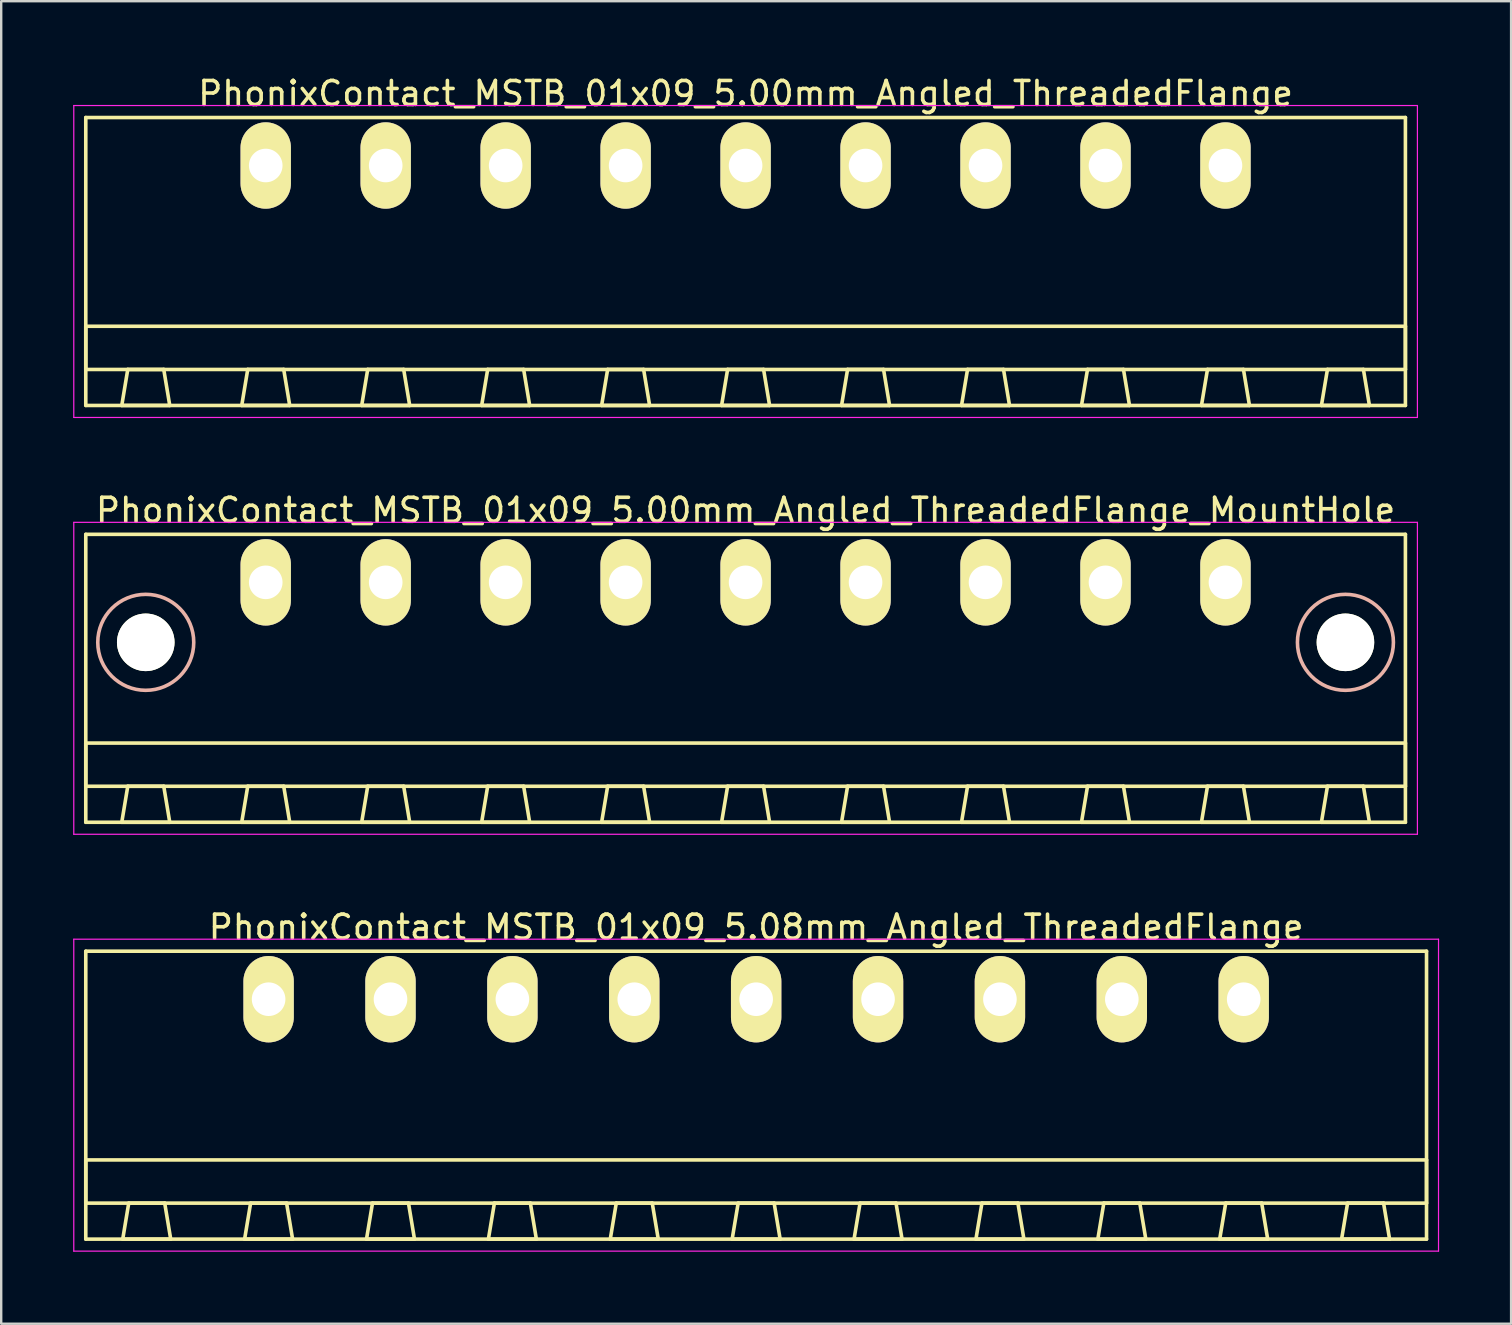
<source format=kicad_pcb>
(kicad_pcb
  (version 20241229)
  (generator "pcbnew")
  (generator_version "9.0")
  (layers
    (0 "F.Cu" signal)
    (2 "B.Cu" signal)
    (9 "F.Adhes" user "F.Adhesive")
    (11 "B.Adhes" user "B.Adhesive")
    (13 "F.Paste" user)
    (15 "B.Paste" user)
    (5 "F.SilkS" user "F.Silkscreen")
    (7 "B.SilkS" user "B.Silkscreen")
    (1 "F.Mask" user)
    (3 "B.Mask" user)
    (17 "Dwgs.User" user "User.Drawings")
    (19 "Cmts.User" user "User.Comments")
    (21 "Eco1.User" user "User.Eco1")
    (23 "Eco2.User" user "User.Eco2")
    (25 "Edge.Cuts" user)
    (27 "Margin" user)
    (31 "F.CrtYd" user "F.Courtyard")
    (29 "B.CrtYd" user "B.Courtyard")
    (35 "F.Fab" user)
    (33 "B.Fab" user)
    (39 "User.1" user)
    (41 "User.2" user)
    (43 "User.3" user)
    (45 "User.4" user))
  (footprint "PhonixContact_MSTB_01x09_5.00mm_Angled_ThreadedFlange_MountHole"
    (layer "F.Cu")
    (at 8.025 21.221)
    (property "Reference" "PhonixContact_MSTB_01x09_5.00mm_Angled_ThreadedFlange_MountHole" (at 20 -3 0) (layer "F.SilkS") (effects (font (size 1 1) (thickness 0.15))))
    (attr through_hole)
    (fp_line (start -7.5 -2) (end -7.5 10) (stroke (width 0.15) (type solid)) (layer "F.SilkS"))
    (fp_line (start -7.5 6.7) (end 47.5 6.7) (stroke (width 0.15) (type solid)) (layer "F.SilkS"))
    (fp_line (start -7.5 8.5) (end -7.5 6.7) (stroke (width 0.15) (type solid)) (layer "F.SilkS"))
    (fp_line (start -7.5 10) (end 47.5 10) (stroke (width 0.15) (type solid)) (layer "F.SilkS"))
    (fp_line (start -6 10) (end -4 10) (stroke (width 0.15) (type solid)) (layer "F.SilkS"))
    (fp_line (start -5.75 8.5) (end -6 10) (stroke (width 0.15) (type solid)) (layer "F.SilkS"))
    (fp_line (start -4.25 8.5) (end -5.75 8.5) (stroke (width 0.15) (type solid)) (layer "F.SilkS"))
    (fp_line (start -4 10) (end -4.25 8.5) (stroke (width 0.15) (type solid)) (layer "F.SilkS"))
    (fp_line (start -1 10) (end 1 10) (stroke (width 0.15) (type solid)) (layer "F.SilkS"))
    (fp_line (start -0.75 8.5) (end -1 10) (stroke (width 0.15) (type solid)) (layer "F.SilkS"))
    (fp_line (start 0.75 8.5) (end -0.75 8.5) (stroke (width 0.15) (type solid)) (layer "F.SilkS"))
    (fp_line (start 1 10) (end 0.75 8.5) (stroke (width 0.15) (type solid)) (layer "F.SilkS"))
    (fp_line (start 4 10) (end 6 10) (stroke (width 0.15) (type solid)) (layer "F.SilkS"))
    (fp_line (start 4.25 8.5) (end 4 10) (stroke (width 0.15) (type solid)) (layer "F.SilkS"))
    (fp_line (start 5.75 8.5) (end 4.25 8.5) (stroke (width 0.15) (type solid)) (layer "F.SilkS"))
    (fp_line (start 6 10) (end 5.75 8.5) (stroke (width 0.15) (type solid)) (layer "F.SilkS"))
    (fp_line (start 9 10) (end 11 10) (stroke (width 0.15) (type solid)) (layer "F.SilkS"))
    (fp_line (start 9.25 8.5) (end 9 10) (stroke (width 0.15) (type solid)) (layer "F.SilkS"))
    (fp_line (start 10.75 8.5) (end 9.25 8.5) (stroke (width 0.15) (type solid)) (layer "F.SilkS"))
    (fp_line (start 11 10) (end 10.75 8.5) (stroke (width 0.15) (type solid)) (layer "F.SilkS"))
    (fp_line (start 14 10) (end 16 10) (stroke (width 0.15) (type solid)) (layer "F.SilkS"))
    (fp_line (start 14.25 8.5) (end 14 10) (stroke (width 0.15) (type solid)) (layer "F.SilkS"))
    (fp_line (start 15.75 8.5) (end 14.25 8.5) (stroke (width 0.15) (type solid)) (layer "F.SilkS"))
    (fp_line (start 16 10) (end 15.75 8.5) (stroke (width 0.15) (type solid)) (layer "F.SilkS"))
    (fp_line (start 19 10) (end 21 10) (stroke (width 0.15) (type solid)) (layer "F.SilkS"))
    (fp_line (start 19.25 8.5) (end 19 10) (stroke (width 0.15) (type solid)) (layer "F.SilkS"))
    (fp_line (start 20.75 8.5) (end 19.25 8.5) (stroke (width 0.15) (type solid)) (layer "F.SilkS"))
    (fp_line (start 21 10) (end 20.75 8.5) (stroke (width 0.15) (type solid)) (layer "F.SilkS"))
    (fp_line (start 24 10) (end 26 10) (stroke (width 0.15) (type solid)) (layer "F.SilkS"))
    (fp_line (start 24.25 8.5) (end 24 10) (stroke (width 0.15) (type solid)) (layer "F.SilkS"))
    (fp_line (start 25.75 8.5) (end 24.25 8.5) (stroke (width 0.15) (type solid)) (layer "F.SilkS"))
    (fp_line (start 26 10) (end 25.75 8.5) (stroke (width 0.15) (type solid)) (layer "F.SilkS"))
    (fp_line (start 29 10) (end 31 10) (stroke (width 0.15) (type solid)) (layer "F.SilkS"))
    (fp_line (start 29.25 8.5) (end 29 10) (stroke (width 0.15) (type solid)) (layer "F.SilkS"))
    (fp_line (start 30.75 8.5) (end 29.25 8.5) (stroke (width 0.15) (type solid)) (layer "F.SilkS"))
    (fp_line (start 31 10) (end 30.75 8.5) (stroke (width 0.15) (type solid)) (layer "F.SilkS"))
    (fp_line (start 34 10) (end 36 10) (stroke (width 0.15) (type solid)) (layer "F.SilkS"))
    (fp_line (start 34.25 8.5) (end 34 10) (stroke (width 0.15) (type solid)) (layer "F.SilkS"))
    (fp_line (start 35.75 8.5) (end 34.25 8.5) (stroke (width 0.15) (type solid)) (layer "F.SilkS"))
    (fp_line (start 36 10) (end 35.75 8.5) (stroke (width 0.15) (type solid)) (layer "F.SilkS"))
    (fp_line (start 39 10) (end 41 10) (stroke (width 0.15) (type solid)) (layer "F.SilkS"))
    (fp_line (start 39.25 8.5) (end 39 10) (stroke (width 0.15) (type solid)) (layer "F.SilkS"))
    (fp_line (start 40.75 8.5) (end 39.25 8.5) (stroke (width 0.15) (type solid)) (layer "F.SilkS"))
    (fp_line (start 41 10) (end 40.75 8.5) (stroke (width 0.15) (type solid)) (layer "F.SilkS"))
    (fp_line (start 44 10) (end 46 10) (stroke (width 0.15) (type solid)) (layer "F.SilkS"))
    (fp_line (start 44.25 8.5) (end 44 10) (stroke (width 0.15) (type solid)) (layer "F.SilkS"))
    (fp_line (start 45.75 8.5) (end 44.25 8.5) (stroke (width 0.15) (type solid)) (layer "F.SilkS"))
    (fp_line (start 46 10) (end 45.75 8.5) (stroke (width 0.15) (type solid)) (layer "F.SilkS"))
    (fp_line (start 47.5 -2) (end -7.5 -2) (stroke (width 0.15) (type solid)) (layer "F.SilkS"))
    (fp_line (start 47.5 6.7) (end 47.5 8.5) (stroke (width 0.15) (type solid)) (layer "F.SilkS"))
    (fp_line (start 47.5 8.5) (end -7.5 8.5) (stroke (width 0.15) (type solid)) (layer "F.SilkS"))
    (fp_line (start 47.5 10) (end 47.5 -2) (stroke (width 0.15) (type solid)) (layer "F.SilkS"))
    (fp_circle (center -5 2.5) (end -3 2.5) (stroke (width 0.15) (type solid)) (fill no) (layer "B.SilkS"))
    (fp_circle (center 45 2.5) (end 47 2.5) (stroke (width 0.15) (type solid)) (fill no) (layer "B.SilkS"))
    (fp_line (start -8 -2.5) (end -8 10.5) (stroke (width 0.05) (type solid)) (layer "F.CrtYd"))
    (fp_line (start -8 10.5) (end 48 10.5) (stroke (width 0.05) (type solid)) (layer "F.CrtYd"))
    (fp_line (start 48 -2.5) (end -8 -2.5) (stroke (width 0.05) (type solid)) (layer "F.CrtYd"))
    (fp_line (start 48 10.5) (end 48 -2.5) (stroke (width 0.05) (type solid)) (layer "F.CrtYd"))
    (pad "" np_thru_hole circle (at -5 2.5) (size 2.4 2.4) (drill 2.4) (layers "*.Cu" "*.Mask" "F.SilkS"))
    (pad "" np_thru_hole circle (at 45 2.5) (size 2.4 2.4) (drill 2.4) (layers "*.Cu" "*.Mask" "F.SilkS"))
    (pad "1" thru_hole oval (at 0 0) (size 2.1 3.6) (drill 1.4) (layers "*.Cu" "*.Mask" "F.SilkS"))
    (pad "2" thru_hole oval (at 5 0) (size 2.1 3.6) (drill 1.4) (layers "*.Cu" "*.Mask" "F.SilkS"))
    (pad "3" thru_hole oval (at 10 0) (size 2.1 3.6) (drill 1.4) (layers "*.Cu" "*.Mask" "F.SilkS"))
    (pad "4" thru_hole oval (at 15 0) (size 2.1 3.6) (drill 1.4) (layers "*.Cu" "*.Mask" "F.SilkS"))
    (pad "5" thru_hole oval (at 20 0) (size 2.1 3.6) (drill 1.4) (layers "*.Cu" "*.Mask" "F.SilkS"))
    (pad "6" thru_hole oval (at 25 0) (size 2.1 3.6) (drill 1.4) (layers "*.Cu" "*.Mask" "F.SilkS"))
    (pad "7" thru_hole oval (at 30 0) (size 2.1 3.6) (drill 1.4) (layers "*.Cu" "*.Mask" "F.SilkS"))
    (pad "8" thru_hole oval (at 35 0) (size 2.1 3.6) (drill 1.4) (layers "*.Cu" "*.Mask" "F.SilkS"))
    (pad "9" thru_hole oval (at 40 0) (size 2.1 3.6) (drill 1.4) (layers "*.Cu" "*.Mask" "F.SilkS")))
  (footprint "PhonixContact_MSTB_01x09_5.08mm_Angled_ThreadedFlange"
    (layer "F.Cu")
    (at 8.145 38.595)
    (property "Reference" "PhonixContact_MSTB_01x09_5.08mm_Angled_ThreadedFlange" (at 20.32 -3 0) (layer "F.SilkS") (effects (font (size 1 1) (thickness 0.15))))
    (attr through_hole)
    (fp_line (start -7.62 -2) (end -7.62 10) (stroke (width 0.15) (type solid)) (layer "F.SilkS"))
    (fp_line (start -7.62 6.7) (end 48.26 6.7) (stroke (width 0.15) (type solid)) (layer "F.SilkS"))
    (fp_line (start -7.62 8.5) (end -7.62 6.7) (stroke (width 0.15) (type solid)) (layer "F.SilkS"))
    (fp_line (start -7.62 10) (end 48.26 10) (stroke (width 0.15) (type solid)) (layer "F.SilkS"))
    (fp_line (start -6.08 10) (end -4.08 10) (stroke (width 0.15) (type solid)) (layer "F.SilkS"))
    (fp_line (start -5.83 8.5) (end -6.08 10) (stroke (width 0.15) (type solid)) (layer "F.SilkS"))
    (fp_line (start -4.33 8.5) (end -5.83 8.5) (stroke (width 0.15) (type solid)) (layer "F.SilkS"))
    (fp_line (start -4.08 10) (end -4.33 8.5) (stroke (width 0.15) (type solid)) (layer "F.SilkS"))
    (fp_line (start -1 10) (end 1 10) (stroke (width 0.15) (type solid)) (layer "F.SilkS"))
    (fp_line (start -0.75 8.5) (end -1 10) (stroke (width 0.15) (type solid)) (layer "F.SilkS"))
    (fp_line (start 0.75 8.5) (end -0.75 8.5) (stroke (width 0.15) (type solid)) (layer "F.SilkS"))
    (fp_line (start 1 10) (end 0.75 8.5) (stroke (width 0.15) (type solid)) (layer "F.SilkS"))
    (fp_line (start 4.08 10) (end 6.08 10) (stroke (width 0.15) (type solid)) (layer "F.SilkS"))
    (fp_line (start 4.33 8.5) (end 4.08 10) (stroke (width 0.15) (type solid)) (layer "F.SilkS"))
    (fp_line (start 5.83 8.5) (end 4.33 8.5) (stroke (width 0.15) (type solid)) (layer "F.SilkS"))
    (fp_line (start 6.08 10) (end 5.83 8.5) (stroke (width 0.15) (type solid)) (layer "F.SilkS"))
    (fp_line (start 9.16 10) (end 11.16 10) (stroke (width 0.15) (type solid)) (layer "F.SilkS"))
    (fp_line (start 9.41 8.5) (end 9.16 10) (stroke (width 0.15) (type solid)) (layer "F.SilkS"))
    (fp_line (start 10.91 8.5) (end 9.41 8.5) (stroke (width 0.15) (type solid)) (layer "F.SilkS"))
    (fp_line (start 11.16 10) (end 10.91 8.5) (stroke (width 0.15) (type solid)) (layer "F.SilkS"))
    (fp_line (start 14.24 10) (end 16.24 10) (stroke (width 0.15) (type solid)) (layer "F.SilkS"))
    (fp_line (start 14.49 8.5) (end 14.24 10) (stroke (width 0.15) (type solid)) (layer "F.SilkS"))
    (fp_line (start 15.99 8.5) (end 14.49 8.5) (stroke (width 0.15) (type solid)) (layer "F.SilkS"))
    (fp_line (start 16.24 10) (end 15.99 8.5) (stroke (width 0.15) (type solid)) (layer "F.SilkS"))
    (fp_line (start 19.32 10) (end 21.32 10) (stroke (width 0.15) (type solid)) (layer "F.SilkS"))
    (fp_line (start 19.57 8.5) (end 19.32 10) (stroke (width 0.15) (type solid)) (layer "F.SilkS"))
    (fp_line (start 21.07 8.5) (end 19.57 8.5) (stroke (width 0.15) (type solid)) (layer "F.SilkS"))
    (fp_line (start 21.32 10) (end 21.07 8.5) (stroke (width 0.15) (type solid)) (layer "F.SilkS"))
    (fp_line (start 24.4 10) (end 26.4 10) (stroke (width 0.15) (type solid)) (layer "F.SilkS"))
    (fp_line (start 24.65 8.5) (end 24.4 10) (stroke (width 0.15) (type solid)) (layer "F.SilkS"))
    (fp_line (start 26.15 8.5) (end 24.65 8.5) (stroke (width 0.15) (type solid)) (layer "F.SilkS"))
    (fp_line (start 26.4 10) (end 26.15 8.5) (stroke (width 0.15) (type solid)) (layer "F.SilkS"))
    (fp_line (start 29.48 10) (end 31.48 10) (stroke (width 0.15) (type solid)) (layer "F.SilkS"))
    (fp_line (start 29.73 8.5) (end 29.48 10) (stroke (width 0.15) (type solid)) (layer "F.SilkS"))
    (fp_line (start 31.23 8.5) (end 29.73 8.5) (stroke (width 0.15) (type solid)) (layer "F.SilkS"))
    (fp_line (start 31.48 10) (end 31.23 8.5) (stroke (width 0.15) (type solid)) (layer "F.SilkS"))
    (fp_line (start 34.56 10) (end 36.56 10) (stroke (width 0.15) (type solid)) (layer "F.SilkS"))
    (fp_line (start 34.81 8.5) (end 34.56 10) (stroke (width 0.15) (type solid)) (layer "F.SilkS"))
    (fp_line (start 36.31 8.5) (end 34.81 8.5) (stroke (width 0.15) (type solid)) (layer "F.SilkS"))
    (fp_line (start 36.56 10) (end 36.31 8.5) (stroke (width 0.15) (type solid)) (layer "F.SilkS"))
    (fp_line (start 39.64 10) (end 41.64 10) (stroke (width 0.15) (type solid)) (layer "F.SilkS"))
    (fp_line (start 39.89 8.5) (end 39.64 10) (stroke (width 0.15) (type solid)) (layer "F.SilkS"))
    (fp_line (start 41.39 8.5) (end 39.89 8.5) (stroke (width 0.15) (type solid)) (layer "F.SilkS"))
    (fp_line (start 41.64 10) (end 41.39 8.5) (stroke (width 0.15) (type solid)) (layer "F.SilkS"))
    (fp_line (start 44.72 10) (end 46.72 10) (stroke (width 0.15) (type solid)) (layer "F.SilkS"))
    (fp_line (start 44.97 8.5) (end 44.72 10) (stroke (width 0.15) (type solid)) (layer "F.SilkS"))
    (fp_line (start 46.47 8.5) (end 44.97 8.5) (stroke (width 0.15) (type solid)) (layer "F.SilkS"))
    (fp_line (start 46.72 10) (end 46.47 8.5) (stroke (width 0.15) (type solid)) (layer "F.SilkS"))
    (fp_line (start 48.26 -2) (end -7.62 -2) (stroke (width 0.15) (type solid)) (layer "F.SilkS"))
    (fp_line (start 48.26 6.7) (end 48.26 8.5) (stroke (width 0.15) (type solid)) (layer "F.SilkS"))
    (fp_line (start 48.26 8.5) (end -7.62 8.5) (stroke (width 0.15) (type solid)) (layer "F.SilkS"))
    (fp_line (start 48.26 10) (end 48.26 -2) (stroke (width 0.15) (type solid)) (layer "F.SilkS"))
    (fp_line (start -8.12 -2.5) (end -8.12 10.5) (stroke (width 0.05) (type solid)) (layer "F.CrtYd"))
    (fp_line (start -8.12 10.5) (end 48.76 10.5) (stroke (width 0.05) (type solid)) (layer "F.CrtYd"))
    (fp_line (start 48.76 -2.5) (end -8.12 -2.5) (stroke (width 0.05) (type solid)) (layer "F.CrtYd"))
    (fp_line (start 48.76 10.5) (end 48.76 -2.5) (stroke (width 0.05) (type solid)) (layer "F.CrtYd"))
    (pad "1" thru_hole oval (at 0 0) (size 2.1 3.6) (drill 1.4) (layers "*.Cu" "*.Mask" "F.SilkS"))
    (pad "2" thru_hole oval (at 5.08 0) (size 2.1 3.6) (drill 1.4) (layers "*.Cu" "*.Mask" "F.SilkS"))
    (pad "3" thru_hole oval (at 10.16 0) (size 2.1 3.6) (drill 1.4) (layers "*.Cu" "*.Mask" "F.SilkS"))
    (pad "4" thru_hole oval (at 15.24 0) (size 2.1 3.6) (drill 1.4) (layers "*.Cu" "*.Mask" "F.SilkS"))
    (pad "5" thru_hole oval (at 20.32 0) (size 2.1 3.6) (drill 1.4) (layers "*.Cu" "*.Mask" "F.SilkS"))
    (pad "6" thru_hole oval (at 25.4 0) (size 2.1 3.6) (drill 1.4) (layers "*.Cu" "*.Mask" "F.SilkS"))
    (pad "7" thru_hole oval (at 30.48 0) (size 2.1 3.6) (drill 1.4) (layers "*.Cu" "*.Mask" "F.SilkS"))
    (pad "8" thru_hole oval (at 35.56 0) (size 2.1 3.6) (drill 1.4) (layers "*.Cu" "*.Mask" "F.SilkS"))
    (pad "9" thru_hole oval (at 40.64 0) (size 2.1 3.6) (drill 1.4) (layers "*.Cu" "*.Mask" "F.SilkS")))
  (footprint "PhonixContact_MSTB_01x09_5.00mm_Angled_ThreadedFlange"
    (layer "F.Cu")
    (at 8.025 3.848)
    (property "Reference" "PhonixContact_MSTB_01x09_5.00mm_Angled_ThreadedFlange" (at 20 -3 0) (layer "F.SilkS") (effects (font (size 1 1) (thickness 0.15))))
    (attr through_hole)
    (fp_line (start -7.5 -2) (end -7.5 10) (stroke (width 0.15) (type solid)) (layer "F.SilkS"))
    (fp_line (start -7.5 6.7) (end 47.5 6.7) (stroke (width 0.15) (type solid)) (layer "F.SilkS"))
    (fp_line (start -7.5 8.5) (end -7.5 6.7) (stroke (width 0.15) (type solid)) (layer "F.SilkS"))
    (fp_line (start -7.5 10) (end 47.5 10) (stroke (width 0.15) (type solid)) (layer "F.SilkS"))
    (fp_line (start -6 10) (end -4 10) (stroke (width 0.15) (type solid)) (layer "F.SilkS"))
    (fp_line (start -5.75 8.5) (end -6 10) (stroke (width 0.15) (type solid)) (layer "F.SilkS"))
    (fp_line (start -4.25 8.5) (end -5.75 8.5) (stroke (width 0.15) (type solid)) (layer "F.SilkS"))
    (fp_line (start -4 10) (end -4.25 8.5) (stroke (width 0.15) (type solid)) (layer "F.SilkS"))
    (fp_line (start -1 10) (end 1 10) (stroke (width 0.15) (type solid)) (layer "F.SilkS"))
    (fp_line (start -0.75 8.5) (end -1 10) (stroke (width 0.15) (type solid)) (layer "F.SilkS"))
    (fp_line (start 0.75 8.5) (end -0.75 8.5) (stroke (width 0.15) (type solid)) (layer "F.SilkS"))
    (fp_line (start 1 10) (end 0.75 8.5) (stroke (width 0.15) (type solid)) (layer "F.SilkS"))
    (fp_line (start 4 10) (end 6 10) (stroke (width 0.15) (type solid)) (layer "F.SilkS"))
    (fp_line (start 4.25 8.5) (end 4 10) (stroke (width 0.15) (type solid)) (layer "F.SilkS"))
    (fp_line (start 5.75 8.5) (end 4.25 8.5) (stroke (width 0.15) (type solid)) (layer "F.SilkS"))
    (fp_line (start 6 10) (end 5.75 8.5) (stroke (width 0.15) (type solid)) (layer "F.SilkS"))
    (fp_line (start 9 10) (end 11 10) (stroke (width 0.15) (type solid)) (layer "F.SilkS"))
    (fp_line (start 9.25 8.5) (end 9 10) (stroke (width 0.15) (type solid)) (layer "F.SilkS"))
    (fp_line (start 10.75 8.5) (end 9.25 8.5) (stroke (width 0.15) (type solid)) (layer "F.SilkS"))
    (fp_line (start 11 10) (end 10.75 8.5) (stroke (width 0.15) (type solid)) (layer "F.SilkS"))
    (fp_line (start 14 10) (end 16 10) (stroke (width 0.15) (type solid)) (layer "F.SilkS"))
    (fp_line (start 14.25 8.5) (end 14 10) (stroke (width 0.15) (type solid)) (layer "F.SilkS"))
    (fp_line (start 15.75 8.5) (end 14.25 8.5) (stroke (width 0.15) (type solid)) (layer "F.SilkS"))
    (fp_line (start 16 10) (end 15.75 8.5) (stroke (width 0.15) (type solid)) (layer "F.SilkS"))
    (fp_line (start 19 10) (end 21 10) (stroke (width 0.15) (type solid)) (layer "F.SilkS"))
    (fp_line (start 19.25 8.5) (end 19 10) (stroke (width 0.15) (type solid)) (layer "F.SilkS"))
    (fp_line (start 20.75 8.5) (end 19.25 8.5) (stroke (width 0.15) (type solid)) (layer "F.SilkS"))
    (fp_line (start 21 10) (end 20.75 8.5) (stroke (width 0.15) (type solid)) (layer "F.SilkS"))
    (fp_line (start 24 10) (end 26 10) (stroke (width 0.15) (type solid)) (layer "F.SilkS"))
    (fp_line (start 24.25 8.5) (end 24 10) (stroke (width 0.15) (type solid)) (layer "F.SilkS"))
    (fp_line (start 25.75 8.5) (end 24.25 8.5) (stroke (width 0.15) (type solid)) (layer "F.SilkS"))
    (fp_line (start 26 10) (end 25.75 8.5) (stroke (width 0.15) (type solid)) (layer "F.SilkS"))
    (fp_line (start 29 10) (end 31 10) (stroke (width 0.15) (type solid)) (layer "F.SilkS"))
    (fp_line (start 29.25 8.5) (end 29 10) (stroke (width 0.15) (type solid)) (layer "F.SilkS"))
    (fp_line (start 30.75 8.5) (end 29.25 8.5) (stroke (width 0.15) (type solid)) (layer "F.SilkS"))
    (fp_line (start 31 10) (end 30.75 8.5) (stroke (width 0.15) (type solid)) (layer "F.SilkS"))
    (fp_line (start 34 10) (end 36 10) (stroke (width 0.15) (type solid)) (layer "F.SilkS"))
    (fp_line (start 34.25 8.5) (end 34 10) (stroke (width 0.15) (type solid)) (layer "F.SilkS"))
    (fp_line (start 35.75 8.5) (end 34.25 8.5) (stroke (width 0.15) (type solid)) (layer "F.SilkS"))
    (fp_line (start 36 10) (end 35.75 8.5) (stroke (width 0.15) (type solid)) (layer "F.SilkS"))
    (fp_line (start 39 10) (end 41 10) (stroke (width 0.15) (type solid)) (layer "F.SilkS"))
    (fp_line (start 39.25 8.5) (end 39 10) (stroke (width 0.15) (type solid)) (layer "F.SilkS"))
    (fp_line (start 40.75 8.5) (end 39.25 8.5) (stroke (width 0.15) (type solid)) (layer "F.SilkS"))
    (fp_line (start 41 10) (end 40.75 8.5) (stroke (width 0.15) (type solid)) (layer "F.SilkS"))
    (fp_line (start 44 10) (end 46 10) (stroke (width 0.15) (type solid)) (layer "F.SilkS"))
    (fp_line (start 44.25 8.5) (end 44 10) (stroke (width 0.15) (type solid)) (layer "F.SilkS"))
    (fp_line (start 45.75 8.5) (end 44.25 8.5) (stroke (width 0.15) (type solid)) (layer "F.SilkS"))
    (fp_line (start 46 10) (end 45.75 8.5) (stroke (width 0.15) (type solid)) (layer "F.SilkS"))
    (fp_line (start 47.5 -2) (end -7.5 -2) (stroke (width 0.15) (type solid)) (layer "F.SilkS"))
    (fp_line (start 47.5 6.7) (end 47.5 8.5) (stroke (width 0.15) (type solid)) (layer "F.SilkS"))
    (fp_line (start 47.5 8.5) (end -7.5 8.5) (stroke (width 0.15) (type solid)) (layer "F.SilkS"))
    (fp_line (start 47.5 10) (end 47.5 -2) (stroke (width 0.15) (type solid)) (layer "F.SilkS"))
    (fp_line (start -8 -2.5) (end -8 10.5) (stroke (width 0.05) (type solid)) (layer "F.CrtYd"))
    (fp_line (start -8 10.5) (end 48 10.5) (stroke (width 0.05) (type solid)) (layer "F.CrtYd"))
    (fp_line (start 48 -2.5) (end -8 -2.5) (stroke (width 0.05) (type solid)) (layer "F.CrtYd"))
    (fp_line (start 48 10.5) (end 48 -2.5) (stroke (width 0.05) (type solid)) (layer "F.CrtYd"))
    (pad "1" thru_hole oval (at 0 0) (size 2.1 3.6) (drill 1.4) (layers "*.Cu" "*.Mask" "F.SilkS"))
    (pad "2" thru_hole oval (at 5 0) (size 2.1 3.6) (drill 1.4) (layers "*.Cu" "*.Mask" "F.SilkS"))
    (pad "3" thru_hole oval (at 10 0) (size 2.1 3.6) (drill 1.4) (layers "*.Cu" "*.Mask" "F.SilkS"))
    (pad "4" thru_hole oval (at 15 0) (size 2.1 3.6) (drill 1.4) (layers "*.Cu" "*.Mask" "F.SilkS"))
    (pad "5" thru_hole oval (at 20 0) (size 2.1 3.6) (drill 1.4) (layers "*.Cu" "*.Mask" "F.SilkS"))
    (pad "6" thru_hole oval (at 25 0) (size 2.1 3.6) (drill 1.4) (layers "*.Cu" "*.Mask" "F.SilkS"))
    (pad "7" thru_hole oval (at 30 0) (size 2.1 3.6) (drill 1.4) (layers "*.Cu" "*.Mask" "F.SilkS"))
    (pad "8" thru_hole oval (at 35 0) (size 2.1 3.6) (drill 1.4) (layers "*.Cu" "*.Mask" "F.SilkS"))
    (pad "9" thru_hole oval (at 40 0) (size 2.1 3.6) (drill 1.4) (layers "*.Cu" "*.Mask" "F.SilkS")))
  (gr_rect
    (start -3 -3)
    (end 59.93 52.12)
    (stroke (width 0.1) (type default))
    (fill no)
    (layer "Edge.Cuts")))
</source>
